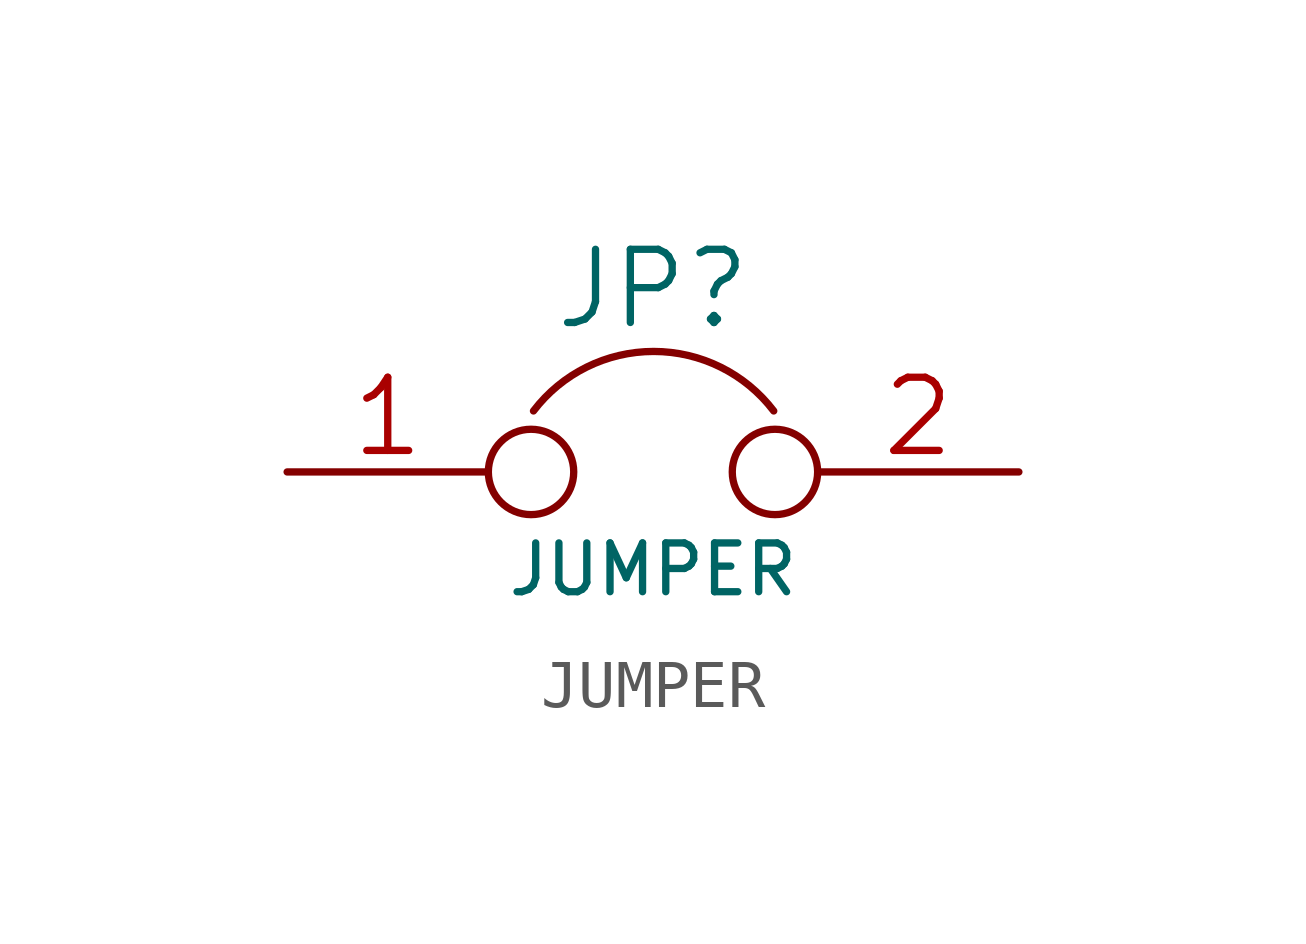
<source format=kicad_sym>
(kicad_symbol_lib
  (version 20211014)
  (generator kicad_symbol_editor)
  (symbol "JUMPER"
    (pin_names
      (offset 0.762) hide)
    (property "Reference" "JP"
      (at 0 3.81 0)
      (effects (font (size 1.524 1.524))))
    (property "Value" "JUMPER"
      (at 0 -2.032 0)
      (effects (font (size 1.016 1.016))))
    (property "Footprint" ""
      (at 0 0 0)
      (effects (font (size 1.524 1.524))))
    (property "Datasheet" ""
      (at 0 0 0)
      (effects (font (size 1.524 1.524))))
    (symbol "JUMPER_0_1"
      (circle (center -2.54 0) (radius 0.889) (stroke (width 0) (type default) (color 0 0 0 0)) (fill (type none)))
      (arc (start 2.5146 1.27) (mid 0.0078 2.5097) (end -2.4892 1.27) (stroke (width 0) (type default) (color 0 0 0 0)) (fill (type none)))
      (circle (center 2.54 0) (radius 0.889) (stroke (width 0) (type default) (color 0 0 0 0)) (fill (type none)))
      (pin passive line (at -7.62 0 0) (length 4.191) (name "1" (effects (font (size 1.524 1.524)))) (number "1" (effects (font (size 1.524 1.524)))))
      (pin passive line (at 7.62 0 180) (length 4.191) (name "2" (effects (font (size 1.524 1.524)))) (number "2" (effects (font (size 1.524 1.524))))))))
</source>
